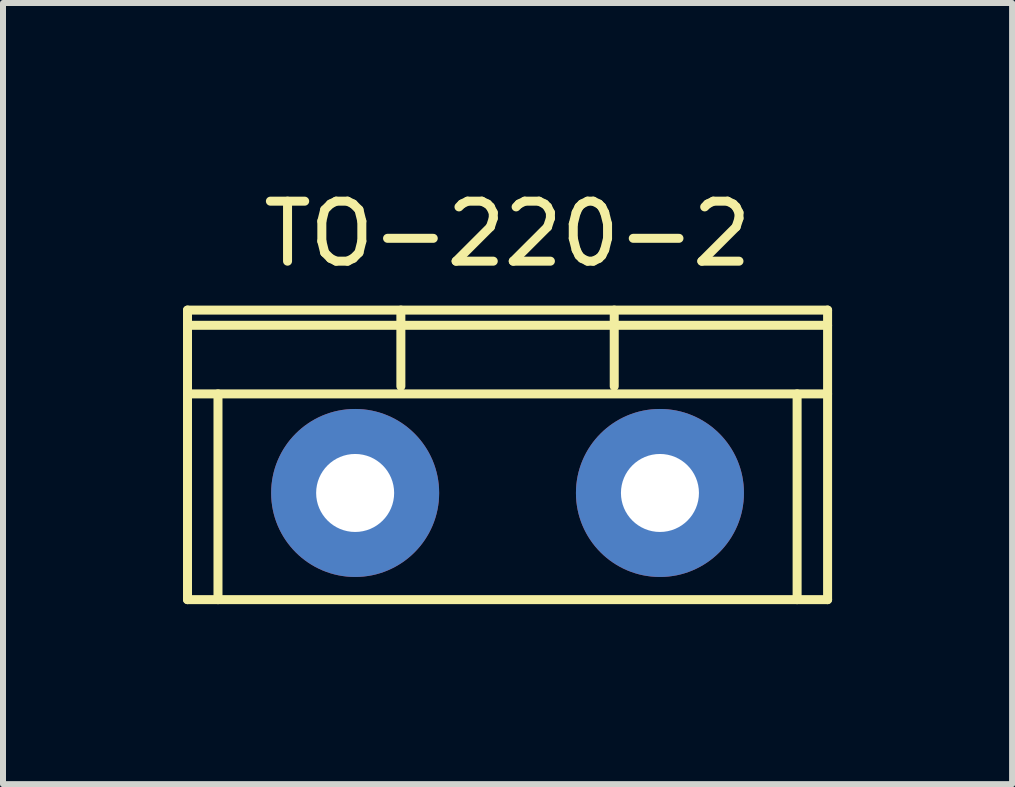
<source format=kicad_pcb>
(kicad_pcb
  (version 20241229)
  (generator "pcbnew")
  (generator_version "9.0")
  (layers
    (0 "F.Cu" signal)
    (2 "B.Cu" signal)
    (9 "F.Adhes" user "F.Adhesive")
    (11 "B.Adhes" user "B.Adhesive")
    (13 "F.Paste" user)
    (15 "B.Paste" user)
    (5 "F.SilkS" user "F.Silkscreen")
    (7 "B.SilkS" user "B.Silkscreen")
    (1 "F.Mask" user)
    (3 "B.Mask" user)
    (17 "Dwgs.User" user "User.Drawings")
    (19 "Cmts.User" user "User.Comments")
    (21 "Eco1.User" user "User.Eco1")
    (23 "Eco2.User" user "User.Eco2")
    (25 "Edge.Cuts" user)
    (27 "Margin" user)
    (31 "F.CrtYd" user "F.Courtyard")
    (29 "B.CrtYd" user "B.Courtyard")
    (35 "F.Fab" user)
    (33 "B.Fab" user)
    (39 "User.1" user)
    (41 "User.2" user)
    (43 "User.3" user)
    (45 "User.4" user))
  (footprint "TO-220-2"
    (layer "F.Cu")
    (at 5.409 5.166)
    (property "Reference" "TO-220-2" (at 0 -4.318 0) (layer "F.SilkS") (effects (font (size 1 1) (thickness 0.15))))
    (attr through_hole)
    (fp_line (start -5.334 -3.048) (end -5.334 1.778) (stroke (width 0.15) (type solid)) (layer "F.SilkS"))
    (fp_line (start -5.334 -1.651) (end 5.334 -1.651) (stroke (width 0.15) (type solid)) (layer "F.SilkS"))
    (fp_line (start -4.826 -1.651) (end -4.826 1.778) (stroke (width 0.15) (type solid)) (layer "F.SilkS"))
    (fp_line (start -1.778 -1.778) (end -1.778 -3.048) (stroke (width 0.15) (type solid)) (layer "F.SilkS"))
    (fp_line (start 1.778 -1.778) (end 1.778 -3.048) (stroke (width 0.15) (type solid)) (layer "F.SilkS"))
    (fp_line (start 4.826 -1.651) (end 4.826 1.778) (stroke (width 0.15) (type solid)) (layer "F.SilkS"))
    (fp_line (start 5.334 -3.048) (end -5.334 -3.048) (stroke (width 0.15) (type solid)) (layer "F.SilkS"))
    (fp_line (start 5.334 -3.048) (end 5.334 1.778) (stroke (width 0.15) (type solid)) (layer "F.SilkS"))
    (fp_line (start 5.334 -2.794) (end -5.334 -2.794) (stroke (width 0.15) (type solid)) (layer "F.SilkS"))
    (fp_line (start 5.334 1.778) (end -5.334 1.778) (stroke (width 0.15) (type solid)) (layer "F.SilkS"))
    (pad "1" thru_hole circle (at -2.54 0) (size 2.8 2.8) (drill 1.3) (layers "*.Cu" "*.Mask"))
    (pad "2" thru_hole circle (at 2.54 0) (size 2.8 2.8) (drill 1.3) (layers "*.Cu" "*.Mask")))
  (gr_rect
    (start -3 -3)
    (end 13.818 10.019)
    (stroke (width 0.1) (type default))
    (fill no)
    (layer "Edge.Cuts")))
</source>
